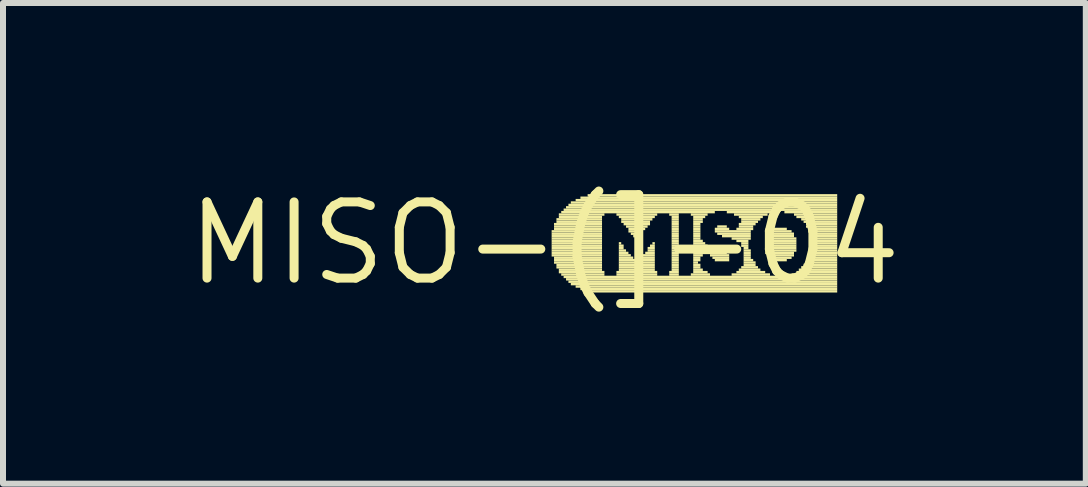
<source format=kicad_pcb>
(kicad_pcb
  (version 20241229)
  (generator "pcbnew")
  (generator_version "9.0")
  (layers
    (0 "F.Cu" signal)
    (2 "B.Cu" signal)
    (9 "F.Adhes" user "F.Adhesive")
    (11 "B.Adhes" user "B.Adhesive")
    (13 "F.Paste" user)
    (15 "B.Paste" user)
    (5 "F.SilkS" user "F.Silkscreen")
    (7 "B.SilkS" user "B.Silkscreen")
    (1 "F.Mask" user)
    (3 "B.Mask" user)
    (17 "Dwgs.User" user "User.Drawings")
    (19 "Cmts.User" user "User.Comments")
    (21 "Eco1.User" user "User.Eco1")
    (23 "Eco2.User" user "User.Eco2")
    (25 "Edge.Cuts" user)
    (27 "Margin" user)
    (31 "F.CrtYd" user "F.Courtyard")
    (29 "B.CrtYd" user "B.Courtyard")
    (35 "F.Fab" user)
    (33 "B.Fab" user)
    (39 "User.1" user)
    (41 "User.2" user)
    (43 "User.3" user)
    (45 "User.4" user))
  (footprint "MISO-(]-04"
    (layer "F.Cu")
    (at 6.025 1.006)
    (property "Reference" "MISO-(]-04" (at 0 0 0) (layer "F.SilkS") (effects (font (size 1.27 1.27) (thickness 0.15))))
    (attr through_hole)
    (fp_poly (pts (xy 0.12 -0.18) (xy 0.96 -0.18) (xy 0.96 -0.22) (xy 0.12 -0.22)) (stroke (width 0) (type solid)) (fill yes) (layer "F.SilkS"))
    (fp_poly (pts (xy 0.12 -0.14) (xy 0.96 -0.14) (xy 0.96 -0.18) (xy 0.12 -0.18)) (stroke (width 0) (type solid)) (fill yes) (layer "F.SilkS"))
    (fp_poly (pts (xy 0.12 -0.1) (xy 0.96 -0.1) (xy 0.96 -0.14) (xy 0.12 -0.14)) (stroke (width 0) (type solid)) (fill yes) (layer "F.SilkS"))
    (fp_poly (pts (xy 0.12 -0.06) (xy 0.96 -0.06) (xy 0.96 -0.1) (xy 0.12 -0.1)) (stroke (width 0) (type solid)) (fill yes) (layer "F.SilkS"))
    (fp_poly (pts (xy 0.12 -0.02) (xy 0.96 -0.02) (xy 0.96 -0.06) (xy 0.12 -0.06)) (stroke (width 0) (type solid)) (fill yes) (layer "F.SilkS"))
    (fp_poly (pts (xy 0.12 0.02) (xy 0.96 0.02) (xy 0.96 -0.02) (xy 0.12 -0.02)) (stroke (width 0) (type solid)) (fill yes) (layer "F.SilkS"))
    (fp_poly (pts (xy 0.12 0.06) (xy 0.96 0.06) (xy 0.96 0.02) (xy 0.12 0.02)) (stroke (width 0) (type solid)) (fill yes) (layer "F.SilkS"))
    (fp_poly (pts (xy 0.12 0.1) (xy 0.96 0.1) (xy 0.96 0.06) (xy 0.12 0.06)) (stroke (width 0) (type solid)) (fill yes) (layer "F.SilkS"))
    (fp_poly (pts (xy 0.12 0.14) (xy 0.96 0.14) (xy 0.96 0.1) (xy 0.12 0.1)) (stroke (width 0) (type solid)) (fill yes) (layer "F.SilkS"))
    (fp_poly (pts (xy 0.12 0.18) (xy 0.96 0.18) (xy 0.96 0.14) (xy 0.12 0.14)) (stroke (width 0) (type solid)) (fill yes) (layer "F.SilkS"))
    (fp_poly (pts (xy 0.12 0.22) (xy 0.96 0.22) (xy 0.96 0.18) (xy 0.12 0.18)) (stroke (width 0) (type solid)) (fill yes) (layer "F.SilkS"))
    (fp_poly (pts (xy 0.16 -0.3) (xy 0.96 -0.3) (xy 0.96 -0.34) (xy 0.16 -0.34)) (stroke (width 0) (type solid)) (fill yes) (layer "F.SilkS"))
    (fp_poly (pts (xy 0.16 -0.26) (xy 0.96 -0.26) (xy 0.96 -0.3) (xy 0.16 -0.3)) (stroke (width 0) (type solid)) (fill yes) (layer "F.SilkS"))
    (fp_poly (pts (xy 0.16 -0.22) (xy 0.96 -0.22) (xy 0.96 -0.26) (xy 0.16 -0.26)) (stroke (width 0) (type solid)) (fill yes) (layer "F.SilkS"))
    (fp_poly (pts (xy 0.16 0.26) (xy 0.96 0.26) (xy 0.96 0.22) (xy 0.16 0.22)) (stroke (width 0) (type solid)) (fill yes) (layer "F.SilkS"))
    (fp_poly (pts (xy 0.16 0.3) (xy 0.96 0.3) (xy 0.96 0.26) (xy 0.16 0.26)) (stroke (width 0) (type solid)) (fill yes) (layer "F.SilkS"))
    (fp_poly (pts (xy 0.16 0.34) (xy 0.96 0.34) (xy 0.96 0.3) (xy 0.16 0.3)) (stroke (width 0) (type solid)) (fill yes) (layer "F.SilkS"))
    (fp_poly (pts (xy 0.2 -0.38) (xy 0.96 -0.38) (xy 0.96 -0.42) (xy 0.2 -0.42)) (stroke (width 0) (type solid)) (fill yes) (layer "F.SilkS"))
    (fp_poly (pts (xy 0.2 -0.34) (xy 0.96 -0.34) (xy 0.96 -0.38) (xy 0.2 -0.38)) (stroke (width 0) (type solid)) (fill yes) (layer "F.SilkS"))
    (fp_poly (pts (xy 0.2 0.38) (xy 0.96 0.38) (xy 0.96 0.34) (xy 0.2 0.34)) (stroke (width 0) (type solid)) (fill yes) (layer "F.SilkS"))
    (fp_poly (pts (xy 0.2 0.42) (xy 0.96 0.42) (xy 0.96 0.38) (xy 0.2 0.38)) (stroke (width 0) (type solid)) (fill yes) (layer "F.SilkS"))
    (fp_poly (pts (xy 0.24 -0.46) (xy 1 -0.46) (xy 1 -0.5) (xy 0.24 -0.5)) (stroke (width 0) (type solid)) (fill yes) (layer "F.SilkS"))
    (fp_poly (pts (xy 0.24 -0.42) (xy 0.96 -0.42) (xy 0.96 -0.46) (xy 0.24 -0.46)) (stroke (width 0) (type solid)) (fill yes) (layer "F.SilkS"))
    (fp_poly (pts (xy 0.24 0.46) (xy 0.96 0.46) (xy 0.96 0.42) (xy 0.24 0.42)) (stroke (width 0) (type solid)) (fill yes) (layer "F.SilkS"))
    (fp_poly (pts (xy 0.24 0.5) (xy 1 0.5) (xy 1 0.46) (xy 0.24 0.46)) (stroke (width 0) (type solid)) (fill yes) (layer "F.SilkS"))
    (fp_poly (pts (xy 0.28 -0.5) (xy 2.84 -0.5) (xy 2.84 -0.54) (xy 0.28 -0.54)) (stroke (width 0) (type solid)) (fill yes) (layer "F.SilkS"))
    (fp_poly (pts (xy 0.28 0.54) (xy 1 0.54) (xy 1 0.5) (xy 0.28 0.5)) (stroke (width 0) (type solid)) (fill yes) (layer "F.SilkS"))
    (fp_poly (pts (xy 0.32 -0.54) (xy 4.88 -0.54) (xy 4.88 -0.58) (xy 0.32 -0.58)) (stroke (width 0) (type solid)) (fill yes) (layer "F.SilkS"))
    (fp_poly (pts (xy 0.32 0.58) (xy 4.88 0.58) (xy 4.88 0.54) (xy 0.32 0.54)) (stroke (width 0) (type solid)) (fill yes) (layer "F.SilkS"))
    (fp_poly (pts (xy 0.36 -0.58) (xy 4.88 -0.58) (xy 4.88 -0.62) (xy 0.36 -0.62)) (stroke (width 0) (type solid)) (fill yes) (layer "F.SilkS"))
    (fp_poly (pts (xy 0.36 0.62) (xy 4.88 0.62) (xy 4.88 0.58) (xy 0.36 0.58)) (stroke (width 0) (type solid)) (fill yes) (layer "F.SilkS"))
    (fp_poly (pts (xy 0.4 -0.62) (xy 4.88 -0.62) (xy 4.88 -0.66) (xy 0.4 -0.66)) (stroke (width 0) (type solid)) (fill yes) (layer "F.SilkS"))
    (fp_poly (pts (xy 0.4 0.66) (xy 4.88 0.66) (xy 4.88 0.62) (xy 0.4 0.62)) (stroke (width 0) (type solid)) (fill yes) (layer "F.SilkS"))
    (fp_poly (pts (xy 0.44 -0.66) (xy 4.88 -0.66) (xy 4.88 -0.7) (xy 0.44 -0.7)) (stroke (width 0) (type solid)) (fill yes) (layer "F.SilkS"))
    (fp_poly (pts (xy 0.44 0.7) (xy 4.88 0.7) (xy 4.88 0.66) (xy 0.44 0.66)) (stroke (width 0) (type solid)) (fill yes) (layer "F.SilkS"))
    (fp_poly (pts (xy 0.52 -0.7) (xy 4.88 -0.7) (xy 4.88 -0.74) (xy 0.52 -0.74)) (stroke (width 0) (type solid)) (fill yes) (layer "F.SilkS"))
    (fp_poly (pts (xy 0.52 0.74) (xy 4.88 0.74) (xy 4.88 0.7) (xy 0.52 0.7)) (stroke (width 0) (type solid)) (fill yes) (layer "F.SilkS"))
    (fp_poly (pts (xy 0.6 -0.74) (xy 4.88 -0.74) (xy 4.88 -0.78) (xy 0.6 -0.78)) (stroke (width 0) (type solid)) (fill yes) (layer "F.SilkS"))
    (fp_poly (pts (xy 0.6 0.78) (xy 4.88 0.78) (xy 4.88 0.74) (xy 0.6 0.74)) (stroke (width 0) (type solid)) (fill yes) (layer "F.SilkS"))
    (fp_poly (pts (xy 0.72 -0.78) (xy 4.88 -0.78) (xy 4.88 -0.82) (xy 0.72 -0.82)) (stroke (width 0) (type solid)) (fill yes) (layer "F.SilkS"))
    (fp_poly (pts (xy 0.72 0.82) (xy 4.88 0.82) (xy 4.88 0.78) (xy 0.72 0.78)) (stroke (width 0) (type solid)) (fill yes) (layer "F.SilkS"))
    (fp_poly (pts (xy 1.2 -0.46) (xy 1.88 -0.46) (xy 1.88 -0.5) (xy 1.2 -0.5)) (stroke (width 0) (type solid)) (fill yes) (layer "F.SilkS"))
    (fp_poly (pts (xy 1.2 0.5) (xy 1.88 0.5) (xy 1.88 0.46) (xy 1.2 0.46)) (stroke (width 0) (type solid)) (fill yes) (layer "F.SilkS"))
    (fp_poly (pts (xy 1.2 0.54) (xy 1.88 0.54) (xy 1.88 0.5) (xy 1.2 0.5)) (stroke (width 0) (type solid)) (fill yes) (layer "F.SilkS"))
    (fp_poly (pts (xy 1.24 -0.42) (xy 1.84 -0.42) (xy 1.84 -0.46) (xy 1.24 -0.46)) (stroke (width 0) (type solid)) (fill yes) (layer "F.SilkS"))
    (fp_poly (pts (xy 1.24 0.02) (xy 1.28 0.02) (xy 1.28 -0.02) (xy 1.24 -0.02)) (stroke (width 0) (type solid)) (fill yes) (layer "F.SilkS"))
    (fp_poly (pts (xy 1.24 0.06) (xy 1.32 0.06) (xy 1.32 0.02) (xy 1.24 0.02)) (stroke (width 0) (type solid)) (fill yes) (layer "F.SilkS"))
    (fp_poly (pts (xy 1.24 0.1) (xy 1.32 0.1) (xy 1.32 0.06) (xy 1.24 0.06)) (stroke (width 0) (type solid)) (fill yes) (layer "F.SilkS"))
    (fp_poly (pts (xy 1.24 0.14) (xy 1.36 0.14) (xy 1.36 0.1) (xy 1.24 0.1)) (stroke (width 0) (type solid)) (fill yes) (layer "F.SilkS"))
    (fp_poly (pts (xy 1.24 0.18) (xy 1.4 0.18) (xy 1.4 0.14) (xy 1.24 0.14)) (stroke (width 0) (type solid)) (fill yes) (layer "F.SilkS"))
    (fp_poly (pts (xy 1.24 0.22) (xy 1.44 0.22) (xy 1.44 0.18) (xy 1.24 0.18)) (stroke (width 0) (type solid)) (fill yes) (layer "F.SilkS"))
    (fp_poly (pts (xy 1.24 0.26) (xy 1.48 0.26) (xy 1.48 0.22) (xy 1.24 0.22)) (stroke (width 0) (type solid)) (fill yes) (layer "F.SilkS"))
    (fp_poly (pts (xy 1.24 0.3) (xy 1.84 0.3) (xy 1.84 0.26) (xy 1.24 0.26)) (stroke (width 0) (type solid)) (fill yes) (layer "F.SilkS"))
    (fp_poly (pts (xy 1.24 0.34) (xy 1.84 0.34) (xy 1.84 0.3) (xy 1.24 0.3)) (stroke (width 0) (type solid)) (fill yes) (layer "F.SilkS"))
    (fp_poly (pts (xy 1.24 0.38) (xy 1.84 0.38) (xy 1.84 0.34) (xy 1.24 0.34)) (stroke (width 0) (type solid)) (fill yes) (layer "F.SilkS"))
    (fp_poly (pts (xy 1.24 0.42) (xy 1.84 0.42) (xy 1.84 0.38) (xy 1.24 0.38)) (stroke (width 0) (type solid)) (fill yes) (layer "F.SilkS"))
    (fp_poly (pts (xy 1.24 0.46) (xy 1.84 0.46) (xy 1.84 0.42) (xy 1.24 0.42)) (stroke (width 0) (type solid)) (fill yes) (layer "F.SilkS"))
    (fp_poly (pts (xy 1.28 -0.38) (xy 1.8 -0.38) (xy 1.8 -0.42) (xy 1.28 -0.42)) (stroke (width 0) (type solid)) (fill yes) (layer "F.SilkS"))
    (fp_poly (pts (xy 1.28 -0.34) (xy 1.76 -0.34) (xy 1.76 -0.38) (xy 1.28 -0.38)) (stroke (width 0) (type solid)) (fill yes) (layer "F.SilkS"))
    (fp_poly (pts (xy 1.32 -0.3) (xy 1.76 -0.3) (xy 1.76 -0.34) (xy 1.32 -0.34)) (stroke (width 0) (type solid)) (fill yes) (layer "F.SilkS"))
    (fp_poly (pts (xy 1.36 -0.26) (xy 1.72 -0.26) (xy 1.72 -0.3) (xy 1.36 -0.3)) (stroke (width 0) (type solid)) (fill yes) (layer "F.SilkS"))
    (fp_poly (pts (xy 1.4 -0.22) (xy 1.68 -0.22) (xy 1.68 -0.26) (xy 1.4 -0.26)) (stroke (width 0) (type solid)) (fill yes) (layer "F.SilkS"))
    (fp_poly (pts (xy 1.4 -0.18) (xy 1.64 -0.18) (xy 1.64 -0.22) (xy 1.4 -0.22)) (stroke (width 0) (type solid)) (fill yes) (layer "F.SilkS"))
    (fp_poly (pts (xy 1.44 -0.14) (xy 1.64 -0.14) (xy 1.64 -0.18) (xy 1.44 -0.18)) (stroke (width 0) (type solid)) (fill yes) (layer "F.SilkS"))
    (fp_poly (pts (xy 1.48 -0.1) (xy 1.6 -0.1) (xy 1.6 -0.14) (xy 1.48 -0.14)) (stroke (width 0) (type solid)) (fill yes) (layer "F.SilkS"))
    (fp_poly (pts (xy 1.52 -0.06) (xy 1.56 -0.06) (xy 1.56 -0.1) (xy 1.52 -0.1)) (stroke (width 0) (type solid)) (fill yes) (layer "F.SilkS"))
    (fp_poly (pts (xy 1.6 0.26) (xy 1.84 0.26) (xy 1.84 0.22) (xy 1.6 0.22)) (stroke (width 0) (type solid)) (fill yes) (layer "F.SilkS"))
    (fp_poly (pts (xy 1.64 0.22) (xy 1.84 0.22) (xy 1.84 0.18) (xy 1.64 0.18)) (stroke (width 0) (type solid)) (fill yes) (layer "F.SilkS"))
    (fp_poly (pts (xy 1.68 0.18) (xy 1.84 0.18) (xy 1.84 0.14) (xy 1.68 0.14)) (stroke (width 0) (type solid)) (fill yes) (layer "F.SilkS"))
    (fp_poly (pts (xy 1.72 0.1) (xy 1.84 0.1) (xy 1.84 0.06) (xy 1.72 0.06)) (stroke (width 0) (type solid)) (fill yes) (layer "F.SilkS"))
    (fp_poly (pts (xy 1.72 0.14) (xy 1.84 0.14) (xy 1.84 0.1) (xy 1.72 0.1)) (stroke (width 0) (type solid)) (fill yes) (layer "F.SilkS"))
    (fp_poly (pts (xy 1.76 0.06) (xy 1.84 0.06) (xy 1.84 0.02) (xy 1.76 0.02)) (stroke (width 0) (type solid)) (fill yes) (layer "F.SilkS"))
    (fp_poly (pts (xy 1.8 0.02) (xy 1.84 0.02) (xy 1.84 -0.02) (xy 1.8 -0.02)) (stroke (width 0) (type solid)) (fill yes) (layer "F.SilkS"))
    (fp_poly (pts (xy 2.08 -0.46) (xy 2.24 -0.46) (xy 2.24 -0.5) (xy 2.08 -0.5)) (stroke (width 0) (type solid)) (fill yes) (layer "F.SilkS"))
    (fp_poly (pts (xy 2.08 0.5) (xy 2.24 0.5) (xy 2.24 0.46) (xy 2.08 0.46)) (stroke (width 0) (type solid)) (fill yes) (layer "F.SilkS"))
    (fp_poly (pts (xy 2.08 0.54) (xy 2.24 0.54) (xy 2.24 0.5) (xy 2.08 0.5)) (stroke (width 0) (type solid)) (fill yes) (layer "F.SilkS"))
    (fp_poly (pts (xy 2.12 -0.42) (xy 2.24 -0.42) (xy 2.24 -0.46) (xy 2.12 -0.46)) (stroke (width 0) (type solid)) (fill yes) (layer "F.SilkS"))
    (fp_poly (pts (xy 2.12 -0.38) (xy 2.24 -0.38) (xy 2.24 -0.42) (xy 2.12 -0.42)) (stroke (width 0) (type solid)) (fill yes) (layer "F.SilkS"))
    (fp_poly (pts (xy 2.12 -0.34) (xy 2.24 -0.34) (xy 2.24 -0.38) (xy 2.12 -0.38)) (stroke (width 0) (type solid)) (fill yes) (layer "F.SilkS"))
    (fp_poly (pts (xy 2.12 -0.3) (xy 2.24 -0.3) (xy 2.24 -0.34) (xy 2.12 -0.34)) (stroke (width 0) (type solid)) (fill yes) (layer "F.SilkS"))
    (fp_poly (pts (xy 2.12 -0.26) (xy 2.24 -0.26) (xy 2.24 -0.3) (xy 2.12 -0.3)) (stroke (width 0) (type solid)) (fill yes) (layer "F.SilkS"))
    (fp_poly (pts (xy 2.12 -0.22) (xy 2.24 -0.22) (xy 2.24 -0.26) (xy 2.12 -0.26)) (stroke (width 0) (type solid)) (fill yes) (layer "F.SilkS"))
    (fp_poly (pts (xy 2.12 -0.18) (xy 2.24 -0.18) (xy 2.24 -0.22) (xy 2.12 -0.22)) (stroke (width 0) (type solid)) (fill yes) (layer "F.SilkS"))
    (fp_poly (pts (xy 2.12 -0.14) (xy 2.24 -0.14) (xy 2.24 -0.18) (xy 2.12 -0.18)) (stroke (width 0) (type solid)) (fill yes) (layer "F.SilkS"))
    (fp_poly (pts (xy 2.12 -0.1) (xy 2.24 -0.1) (xy 2.24 -0.14) (xy 2.12 -0.14)) (stroke (width 0) (type solid)) (fill yes) (layer "F.SilkS"))
    (fp_poly (pts (xy 2.12 -0.06) (xy 2.24 -0.06) (xy 2.24 -0.1) (xy 2.12 -0.1)) (stroke (width 0) (type solid)) (fill yes) (layer "F.SilkS"))
    (fp_poly (pts (xy 2.12 -0.02) (xy 2.24 -0.02) (xy 2.24 -0.06) (xy 2.12 -0.06)) (stroke (width 0) (type solid)) (fill yes) (layer "F.SilkS"))
    (fp_poly (pts (xy 2.12 0.02) (xy 2.24 0.02) (xy 2.24 -0.02) (xy 2.12 -0.02)) (stroke (width 0) (type solid)) (fill yes) (layer "F.SilkS"))
    (fp_poly (pts (xy 2.12 0.06) (xy 2.24 0.06) (xy 2.24 0.02) (xy 2.12 0.02)) (stroke (width 0) (type solid)) (fill yes) (layer "F.SilkS"))
    (fp_poly (pts (xy 2.12 0.1) (xy 2.24 0.1) (xy 2.24 0.06) (xy 2.12 0.06)) (stroke (width 0) (type solid)) (fill yes) (layer "F.SilkS"))
    (fp_poly (pts (xy 2.12 0.14) (xy 2.24 0.14) (xy 2.24 0.1) (xy 2.12 0.1)) (stroke (width 0) (type solid)) (fill yes) (layer "F.SilkS"))
    (fp_poly (pts (xy 2.12 0.18) (xy 2.24 0.18) (xy 2.24 0.14) (xy 2.12 0.14)) (stroke (width 0) (type solid)) (fill yes) (layer "F.SilkS"))
    (fp_poly (pts (xy 2.12 0.22) (xy 2.24 0.22) (xy 2.24 0.18) (xy 2.12 0.18)) (stroke (width 0) (type solid)) (fill yes) (layer "F.SilkS"))
    (fp_poly (pts (xy 2.12 0.26) (xy 2.24 0.26) (xy 2.24 0.22) (xy 2.12 0.22)) (stroke (width 0) (type solid)) (fill yes) (layer "F.SilkS"))
    (fp_poly (pts (xy 2.12 0.3) (xy 2.24 0.3) (xy 2.24 0.26) (xy 2.12 0.26)) (stroke (width 0) (type solid)) (fill yes) (layer "F.SilkS"))
    (fp_poly (pts (xy 2.12 0.34) (xy 2.24 0.34) (xy 2.24 0.3) (xy 2.12 0.3)) (stroke (width 0) (type solid)) (fill yes) (layer "F.SilkS"))
    (fp_poly (pts (xy 2.12 0.38) (xy 2.24 0.38) (xy 2.24 0.34) (xy 2.12 0.34)) (stroke (width 0) (type solid)) (fill yes) (layer "F.SilkS"))
    (fp_poly (pts (xy 2.12 0.42) (xy 2.24 0.42) (xy 2.24 0.38) (xy 2.12 0.38)) (stroke (width 0) (type solid)) (fill yes) (layer "F.SilkS"))
    (fp_poly (pts (xy 2.12 0.46) (xy 2.24 0.46) (xy 2.24 0.42) (xy 2.12 0.42)) (stroke (width 0) (type solid)) (fill yes) (layer "F.SilkS"))
    (fp_poly (pts (xy 2.44 -0.46) (xy 2.72 -0.46) (xy 2.72 -0.5) (xy 2.44 -0.5)) (stroke (width 0) (type solid)) (fill yes) (layer "F.SilkS"))
    (fp_poly (pts (xy 2.44 0.54) (xy 2.76 0.54) (xy 2.76 0.5) (xy 2.44 0.5)) (stroke (width 0) (type solid)) (fill yes) (layer "F.SilkS"))
    (fp_poly (pts (xy 2.48 -0.42) (xy 2.68 -0.42) (xy 2.68 -0.46) (xy 2.48 -0.46)) (stroke (width 0) (type solid)) (fill yes) (layer "F.SilkS"))
    (fp_poly (pts (xy 2.48 -0.38) (xy 2.64 -0.38) (xy 2.64 -0.42) (xy 2.48 -0.42)) (stroke (width 0) (type solid)) (fill yes) (layer "F.SilkS"))
    (fp_poly (pts (xy 2.48 -0.34) (xy 2.64 -0.34) (xy 2.64 -0.38) (xy 2.48 -0.38)) (stroke (width 0) (type solid)) (fill yes) (layer "F.SilkS"))
    (fp_poly (pts (xy 2.48 -0.3) (xy 2.6 -0.3) (xy 2.6 -0.34) (xy 2.48 -0.34)) (stroke (width 0) (type solid)) (fill yes) (layer "F.SilkS"))
    (fp_poly (pts (xy 2.48 -0.26) (xy 2.6 -0.26) (xy 2.6 -0.3) (xy 2.48 -0.3)) (stroke (width 0) (type solid)) (fill yes) (layer "F.SilkS"))
    (fp_poly (pts (xy 2.48 -0.22) (xy 2.6 -0.22) (xy 2.6 -0.26) (xy 2.48 -0.26)) (stroke (width 0) (type solid)) (fill yes) (layer "F.SilkS"))
    (fp_poly (pts (xy 2.48 -0.18) (xy 2.6 -0.18) (xy 2.6 -0.22) (xy 2.48 -0.22)) (stroke (width 0) (type solid)) (fill yes) (layer "F.SilkS"))
    (fp_poly (pts (xy 2.48 -0.14) (xy 2.6 -0.14) (xy 2.6 -0.18) (xy 2.48 -0.18)) (stroke (width 0) (type solid)) (fill yes) (layer "F.SilkS"))
    (fp_poly (pts (xy 2.48 -0.1) (xy 2.6 -0.1) (xy 2.6 -0.14) (xy 2.48 -0.14)) (stroke (width 0) (type solid)) (fill yes) (layer "F.SilkS"))
    (fp_poly (pts (xy 2.48 -0.06) (xy 2.6 -0.06) (xy 2.6 -0.1) (xy 2.48 -0.1)) (stroke (width 0) (type solid)) (fill yes) (layer "F.SilkS"))
    (fp_poly (pts (xy 2.48 -0.02) (xy 2.64 -0.02) (xy 2.64 -0.06) (xy 2.48 -0.06)) (stroke (width 0) (type solid)) (fill yes) (layer "F.SilkS"))
    (fp_poly (pts (xy 2.48 0.02) (xy 2.68 0.02) (xy 2.68 -0.02) (xy 2.48 -0.02)) (stroke (width 0) (type solid)) (fill yes) (layer "F.SilkS"))
    (fp_poly (pts (xy 2.48 0.06) (xy 2.72 0.06) (xy 2.72 0.02) (xy 2.48 0.02)) (stroke (width 0) (type solid)) (fill yes) (layer "F.SilkS"))
    (fp_poly (pts (xy 2.48 0.1) (xy 2.8 0.1) (xy 2.8 0.06) (xy 2.48 0.06)) (stroke (width 0) (type solid)) (fill yes) (layer "F.SilkS"))
    (fp_poly (pts (xy 2.48 0.14) (xy 2.96 0.14) (xy 2.96 0.1) (xy 2.48 0.1)) (stroke (width 0) (type solid)) (fill yes) (layer "F.SilkS"))
    (fp_poly (pts (xy 2.48 0.18) (xy 3.04 0.18) (xy 3.04 0.14) (xy 2.48 0.14)) (stroke (width 0) (type solid)) (fill yes) (layer "F.SilkS"))
    (fp_poly (pts (xy 2.48 0.22) (xy 2.64 0.22) (xy 2.64 0.18) (xy 2.48 0.18)) (stroke (width 0) (type solid)) (fill yes) (layer "F.SilkS"))
    (fp_poly (pts (xy 2.48 0.26) (xy 2.6 0.26) (xy 2.6 0.22) (xy 2.48 0.22)) (stroke (width 0) (type solid)) (fill yes) (layer "F.SilkS"))
    (fp_poly (pts (xy 2.48 0.3) (xy 2.6 0.3) (xy 2.6 0.26) (xy 2.48 0.26)) (stroke (width 0) (type solid)) (fill yes) (layer "F.SilkS"))
    (fp_poly (pts (xy 2.48 0.34) (xy 2.56 0.34) (xy 2.56 0.3) (xy 2.48 0.3)) (stroke (width 0) (type solid)) (fill yes) (layer "F.SilkS"))
    (fp_poly (pts (xy 2.48 0.38) (xy 2.6 0.38) (xy 2.6 0.34) (xy 2.48 0.34)) (stroke (width 0) (type solid)) (fill yes) (layer "F.SilkS"))
    (fp_poly (pts (xy 2.48 0.42) (xy 2.6 0.42) (xy 2.6 0.38) (xy 2.48 0.38)) (stroke (width 0) (type solid)) (fill yes) (layer "F.SilkS"))
    (fp_poly (pts (xy 2.48 0.46) (xy 2.64 0.46) (xy 2.64 0.42) (xy 2.48 0.42)) (stroke (width 0) (type solid)) (fill yes) (layer "F.SilkS"))
    (fp_poly (pts (xy 2.48 0.5) (xy 2.72 0.5) (xy 2.72 0.46) (xy 2.48 0.46)) (stroke (width 0) (type solid)) (fill yes) (layer "F.SilkS"))
    (fp_poly (pts (xy 2.76 0.22) (xy 3.08 0.22) (xy 3.08 0.18) (xy 2.76 0.18)) (stroke (width 0) (type solid)) (fill yes) (layer "F.SilkS"))
    (fp_poly (pts (xy 2.8 0.26) (xy 3.08 0.26) (xy 3.08 0.22) (xy 2.8 0.22)) (stroke (width 0) (type solid)) (fill yes) (layer "F.SilkS"))
    (fp_poly (pts (xy 2.84 -0.22) (xy 3.08 -0.22) (xy 3.08 -0.26) (xy 2.84 -0.26)) (stroke (width 0) (type solid)) (fill yes) (layer "F.SilkS"))
    (fp_poly (pts (xy 2.84 -0.18) (xy 3.44 -0.18) (xy 3.44 -0.22) (xy 2.84 -0.22)) (stroke (width 0) (type solid)) (fill yes) (layer "F.SilkS"))
    (fp_poly (pts (xy 2.84 0.3) (xy 3.08 0.3) (xy 3.08 0.26) (xy 2.84 0.26)) (stroke (width 0) (type solid)) (fill yes) (layer "F.SilkS"))
    (fp_poly (pts (xy 2.88 -0.26) (xy 3.04 -0.26) (xy 3.04 -0.3) (xy 2.88 -0.3)) (stroke (width 0) (type solid)) (fill yes) (layer "F.SilkS"))
    (fp_poly (pts (xy 2.88 -0.14) (xy 3.44 -0.14) (xy 3.44 -0.18) (xy 2.88 -0.18)) (stroke (width 0) (type solid)) (fill yes) (layer "F.SilkS"))
    (fp_poly (pts (xy 2.96 -0.1) (xy 3.44 -0.1) (xy 3.44 -0.14) (xy 2.96 -0.14)) (stroke (width 0) (type solid)) (fill yes) (layer "F.SilkS"))
    (fp_poly (pts (xy 3.04 -0.5) (xy 3.84 -0.5) (xy 3.84 -0.54) (xy 3.04 -0.54)) (stroke (width 0) (type solid)) (fill yes) (layer "F.SilkS"))
    (fp_poly (pts (xy 3.12 -0.06) (xy 3.44 -0.06) (xy 3.44 -0.1) (xy 3.12 -0.1)) (stroke (width 0) (type solid)) (fill yes) (layer "F.SilkS"))
    (fp_poly (pts (xy 3.12 0.54) (xy 3.76 0.54) (xy 3.76 0.5) (xy 3.12 0.5)) (stroke (width 0) (type solid)) (fill yes) (layer "F.SilkS"))
    (fp_poly (pts (xy 3.16 -0.46) (xy 3.72 -0.46) (xy 3.72 -0.5) (xy 3.16 -0.5)) (stroke (width 0) (type solid)) (fill yes) (layer "F.SilkS"))
    (fp_poly (pts (xy 3.2 -0.22) (xy 3.48 -0.22) (xy 3.48 -0.26) (xy 3.2 -0.26)) (stroke (width 0) (type solid)) (fill yes) (layer "F.SilkS"))
    (fp_poly (pts (xy 3.2 -0.02) (xy 3.4 -0.02) (xy 3.4 -0.06) (xy 3.2 -0.06)) (stroke (width 0) (type solid)) (fill yes) (layer "F.SilkS"))
    (fp_poly (pts (xy 3.2 0.5) (xy 3.68 0.5) (xy 3.68 0.46) (xy 3.2 0.46)) (stroke (width 0) (type solid)) (fill yes) (layer "F.SilkS"))
    (fp_poly (pts (xy 3.24 -0.42) (xy 3.64 -0.42) (xy 3.64 -0.46) (xy 3.24 -0.46)) (stroke (width 0) (type solid)) (fill yes) (layer "F.SilkS"))
    (fp_poly (pts (xy 3.24 -0.3) (xy 3.52 -0.3) (xy 3.52 -0.34) (xy 3.24 -0.34)) (stroke (width 0) (type solid)) (fill yes) (layer "F.SilkS"))
    (fp_poly (pts (xy 3.24 -0.26) (xy 3.48 -0.26) (xy 3.48 -0.3) (xy 3.24 -0.3)) (stroke (width 0) (type solid)) (fill yes) (layer "F.SilkS"))
    (fp_poly (pts (xy 3.24 0.46) (xy 3.6 0.46) (xy 3.6 0.42) (xy 3.24 0.42)) (stroke (width 0) (type solid)) (fill yes) (layer "F.SilkS"))
    (fp_poly (pts (xy 3.28 -0.38) (xy 3.6 -0.38) (xy 3.6 -0.42) (xy 3.28 -0.42)) (stroke (width 0) (type solid)) (fill yes) (layer "F.SilkS"))
    (fp_poly (pts (xy 3.28 -0.34) (xy 3.56 -0.34) (xy 3.56 -0.38) (xy 3.28 -0.38)) (stroke (width 0) (type solid)) (fill yes) (layer "F.SilkS"))
    (fp_poly (pts (xy 3.28 0.02) (xy 3.4 0.02) (xy 3.4 -0.02) (xy 3.28 -0.02)) (stroke (width 0) (type solid)) (fill yes) (layer "F.SilkS"))
    (fp_poly (pts (xy 3.28 0.06) (xy 3.4 0.06) (xy 3.4 0.02) (xy 3.28 0.02)) (stroke (width 0) (type solid)) (fill yes) (layer "F.SilkS"))
    (fp_poly (pts (xy 3.28 0.42) (xy 3.56 0.42) (xy 3.56 0.38) (xy 3.28 0.38)) (stroke (width 0) (type solid)) (fill yes) (layer "F.SilkS"))
    (fp_poly (pts (xy 3.32 0.1) (xy 3.4 0.1) (xy 3.4 0.06) (xy 3.32 0.06)) (stroke (width 0) (type solid)) (fill yes) (layer "F.SilkS"))
    (fp_poly (pts (xy 3.32 0.14) (xy 3.44 0.14) (xy 3.44 0.1) (xy 3.32 0.1)) (stroke (width 0) (type solid)) (fill yes) (layer "F.SilkS"))
    (fp_poly (pts (xy 3.32 0.18) (xy 3.44 0.18) (xy 3.44 0.14) (xy 3.32 0.14)) (stroke (width 0) (type solid)) (fill yes) (layer "F.SilkS"))
    (fp_poly (pts (xy 3.32 0.22) (xy 3.44 0.22) (xy 3.44 0.18) (xy 3.32 0.18)) (stroke (width 0) (type solid)) (fill yes) (layer "F.SilkS"))
    (fp_poly (pts (xy 3.32 0.26) (xy 3.44 0.26) (xy 3.44 0.22) (xy 3.32 0.22)) (stroke (width 0) (type solid)) (fill yes) (layer "F.SilkS"))
    (fp_poly (pts (xy 3.32 0.3) (xy 3.48 0.3) (xy 3.48 0.26) (xy 3.32 0.26)) (stroke (width 0) (type solid)) (fill yes) (layer "F.SilkS"))
    (fp_poly (pts (xy 3.32 0.34) (xy 3.52 0.34) (xy 3.52 0.3) (xy 3.32 0.3)) (stroke (width 0) (type solid)) (fill yes) (layer "F.SilkS"))
    (fp_poly (pts (xy 3.32 0.38) (xy 3.52 0.38) (xy 3.52 0.34) (xy 3.32 0.34)) (stroke (width 0) (type solid)) (fill yes) (layer "F.SilkS"))
    (fp_poly (pts (xy 3.68 -0.1) (xy 4.16 -0.1) (xy 4.16 -0.14) (xy 3.68 -0.14)) (stroke (width 0) (type solid)) (fill yes) (layer "F.SilkS"))
    (fp_poly (pts (xy 3.68 -0.06) (xy 4.2 -0.06) (xy 4.2 -0.1) (xy 3.68 -0.1)) (stroke (width 0) (type solid)) (fill yes) (layer "F.SilkS"))
    (fp_poly (pts (xy 3.68 -0.02) (xy 4.2 -0.02) (xy 4.2 -0.06) (xy 3.68 -0.06)) (stroke (width 0) (type solid)) (fill yes) (layer "F.SilkS"))
    (fp_poly (pts (xy 3.68 0.02) (xy 4.2 0.02) (xy 4.2 -0.02) (xy 3.68 -0.02)) (stroke (width 0) (type solid)) (fill yes) (layer "F.SilkS"))
    (fp_poly (pts (xy 3.68 0.06) (xy 4.2 0.06) (xy 4.2 0.02) (xy 3.68 0.02)) (stroke (width 0) (type solid)) (fill yes) (layer "F.SilkS"))
    (fp_poly (pts (xy 3.68 0.1) (xy 4.2 0.1) (xy 4.2 0.06) (xy 3.68 0.06)) (stroke (width 0) (type solid)) (fill yes) (layer "F.SilkS"))
    (fp_poly (pts (xy 3.68 0.14) (xy 4.2 0.14) (xy 4.2 0.1) (xy 3.68 0.1)) (stroke (width 0) (type solid)) (fill yes) (layer "F.SilkS"))
    (fp_poly (pts (xy 3.68 0.18) (xy 4.16 0.18) (xy 4.16 0.14) (xy 3.68 0.14)) (stroke (width 0) (type solid)) (fill yes) (layer "F.SilkS"))
    (fp_poly (pts (xy 3.72 -0.14) (xy 4.16 -0.14) (xy 4.16 -0.18) (xy 3.72 -0.18)) (stroke (width 0) (type solid)) (fill yes) (layer "F.SilkS"))
    (fp_poly (pts (xy 3.72 0.22) (xy 4.16 0.22) (xy 4.16 0.18) (xy 3.72 0.18)) (stroke (width 0) (type solid)) (fill yes) (layer "F.SilkS"))
    (fp_poly (pts (xy 3.76 -0.18) (xy 4.12 -0.18) (xy 4.12 -0.22) (xy 3.76 -0.22)) (stroke (width 0) (type solid)) (fill yes) (layer "F.SilkS"))
    (fp_poly (pts (xy 3.76 0.26) (xy 4.12 0.26) (xy 4.12 0.22) (xy 3.76 0.22)) (stroke (width 0) (type solid)) (fill yes) (layer "F.SilkS"))
    (fp_poly (pts (xy 3.8 -0.22) (xy 4.04 -0.22) (xy 4.04 -0.26) (xy 3.8 -0.26)) (stroke (width 0) (type solid)) (fill yes) (layer "F.SilkS"))
    (fp_poly (pts (xy 3.84 0.3) (xy 4.04 0.3) (xy 4.04 0.26) (xy 3.84 0.26)) (stroke (width 0) (type solid)) (fill yes) (layer "F.SilkS"))
    (fp_poly (pts (xy 4 -0.5) (xy 4.88 -0.5) (xy 4.88 -0.54) (xy 4 -0.54)) (stroke (width 0) (type solid)) (fill yes) (layer "F.SilkS"))
    (fp_poly (pts (xy 4.12 0.54) (xy 4.88 0.54) (xy 4.88 0.5) (xy 4.12 0.5)) (stroke (width 0) (type solid)) (fill yes) (layer "F.SilkS"))
    (fp_poly (pts (xy 4.16 -0.46) (xy 4.88 -0.46) (xy 4.88 -0.5) (xy 4.16 -0.5)) (stroke (width 0) (type solid)) (fill yes) (layer "F.SilkS"))
    (fp_poly (pts (xy 4.2 -0.42) (xy 4.88 -0.42) (xy 4.88 -0.46) (xy 4.2 -0.46)) (stroke (width 0) (type solid)) (fill yes) (layer "F.SilkS"))
    (fp_poly (pts (xy 4.2 0.5) (xy 4.88 0.5) (xy 4.88 0.46) (xy 4.2 0.46)) (stroke (width 0) (type solid)) (fill yes) (layer "F.SilkS"))
    (fp_poly (pts (xy 4.24 0.46) (xy 4.88 0.46) (xy 4.88 0.42) (xy 4.24 0.42)) (stroke (width 0) (type solid)) (fill yes) (layer "F.SilkS"))
    (fp_poly (pts (xy 4.28 -0.38) (xy 4.88 -0.38) (xy 4.88 -0.42) (xy 4.28 -0.42)) (stroke (width 0) (type solid)) (fill yes) (layer "F.SilkS"))
    (fp_poly (pts (xy 4.28 0.42) (xy 4.88 0.42) (xy 4.88 0.38) (xy 4.28 0.38)) (stroke (width 0) (type solid)) (fill yes) (layer "F.SilkS"))
    (fp_poly (pts (xy 4.32 -0.34) (xy 4.88 -0.34) (xy 4.88 -0.38) (xy 4.32 -0.38)) (stroke (width 0) (type solid)) (fill yes) (layer "F.SilkS"))
    (fp_poly (pts (xy 4.32 0.38) (xy 4.88 0.38) (xy 4.88 0.34) (xy 4.32 0.34)) (stroke (width 0) (type solid)) (fill yes) (layer "F.SilkS"))
    (fp_poly (pts (xy 4.36 -0.3) (xy 4.88 -0.3) (xy 4.88 -0.34) (xy 4.36 -0.34)) (stroke (width 0) (type solid)) (fill yes) (layer "F.SilkS"))
    (fp_poly (pts (xy 4.36 -0.26) (xy 4.88 -0.26) (xy 4.88 -0.3) (xy 4.36 -0.3)) (stroke (width 0) (type solid)) (fill yes) (layer "F.SilkS"))
    (fp_poly (pts (xy 4.36 0.34) (xy 4.88 0.34) (xy 4.88 0.3) (xy 4.36 0.3)) (stroke (width 0) (type solid)) (fill yes) (layer "F.SilkS"))
    (fp_poly (pts (xy 4.4 -0.22) (xy 4.88 -0.22) (xy 4.88 -0.26) (xy 4.4 -0.26)) (stroke (width 0) (type solid)) (fill yes) (layer "F.SilkS"))
    (fp_poly (pts (xy 4.4 -0.18) (xy 4.88 -0.18) (xy 4.88 -0.22) (xy 4.4 -0.22)) (stroke (width 0) (type solid)) (fill yes) (layer "F.SilkS"))
    (fp_poly (pts (xy 4.4 0.22) (xy 4.88 0.22) (xy 4.88 0.18) (xy 4.4 0.18)) (stroke (width 0) (type solid)) (fill yes) (layer "F.SilkS"))
    (fp_poly (pts (xy 4.4 0.26) (xy 4.88 0.26) (xy 4.88 0.22) (xy 4.4 0.22)) (stroke (width 0) (type solid)) (fill yes) (layer "F.SilkS"))
    (fp_poly (pts (xy 4.4 0.3) (xy 4.88 0.3) (xy 4.88 0.26) (xy 4.4 0.26)) (stroke (width 0) (type solid)) (fill yes) (layer "F.SilkS"))
    (fp_poly (pts (xy 4.44 -0.14) (xy 4.88 -0.14) (xy 4.88 -0.18) (xy 4.44 -0.18)) (stroke (width 0) (type solid)) (fill yes) (layer "F.SilkS"))
    (fp_poly (pts (xy 4.44 -0.1) (xy 4.88 -0.1) (xy 4.88 -0.14) (xy 4.44 -0.14)) (stroke (width 0) (type solid)) (fill yes) (layer "F.SilkS"))
    (fp_poly (pts (xy 4.44 -0.06) (xy 4.88 -0.06) (xy 4.88 -0.1) (xy 4.44 -0.1)) (stroke (width 0) (type solid)) (fill yes) (layer "F.SilkS"))
    (fp_poly (pts (xy 4.44 -0.02) (xy 4.88 -0.02) (xy 4.88 -0.06) (xy 4.44 -0.06)) (stroke (width 0) (type solid)) (fill yes) (layer "F.SilkS"))
    (fp_poly (pts (xy 4.44 0.02) (xy 4.88 0.02) (xy 4.88 -0.02) (xy 4.44 -0.02)) (stroke (width 0) (type solid)) (fill yes) (layer "F.SilkS"))
    (fp_poly (pts (xy 4.44 0.06) (xy 4.88 0.06) (xy 4.88 0.02) (xy 4.44 0.02)) (stroke (width 0) (type solid)) (fill yes) (layer "F.SilkS"))
    (fp_poly (pts (xy 4.44 0.1) (xy 4.88 0.1) (xy 4.88 0.06) (xy 4.44 0.06)) (stroke (width 0) (type solid)) (fill yes) (layer "F.SilkS"))
    (fp_poly (pts (xy 4.44 0.14) (xy 4.88 0.14) (xy 4.88 0.1) (xy 4.44 0.1)) (stroke (width 0) (type solid)) (fill yes) (layer "F.SilkS"))
    (fp_poly (pts (xy 4.44 0.18) (xy 4.88 0.18) (xy 4.88 0.14) (xy 4.44 0.14)) (stroke (width 0) (type solid)) (fill yes) (layer "F.SilkS")))
  (gr_rect
    (start -3 -3)
    (end 15.049 5.012)
    (stroke (width 0.1) (type default))
    (fill no)
    (layer "Edge.Cuts")))
</source>
